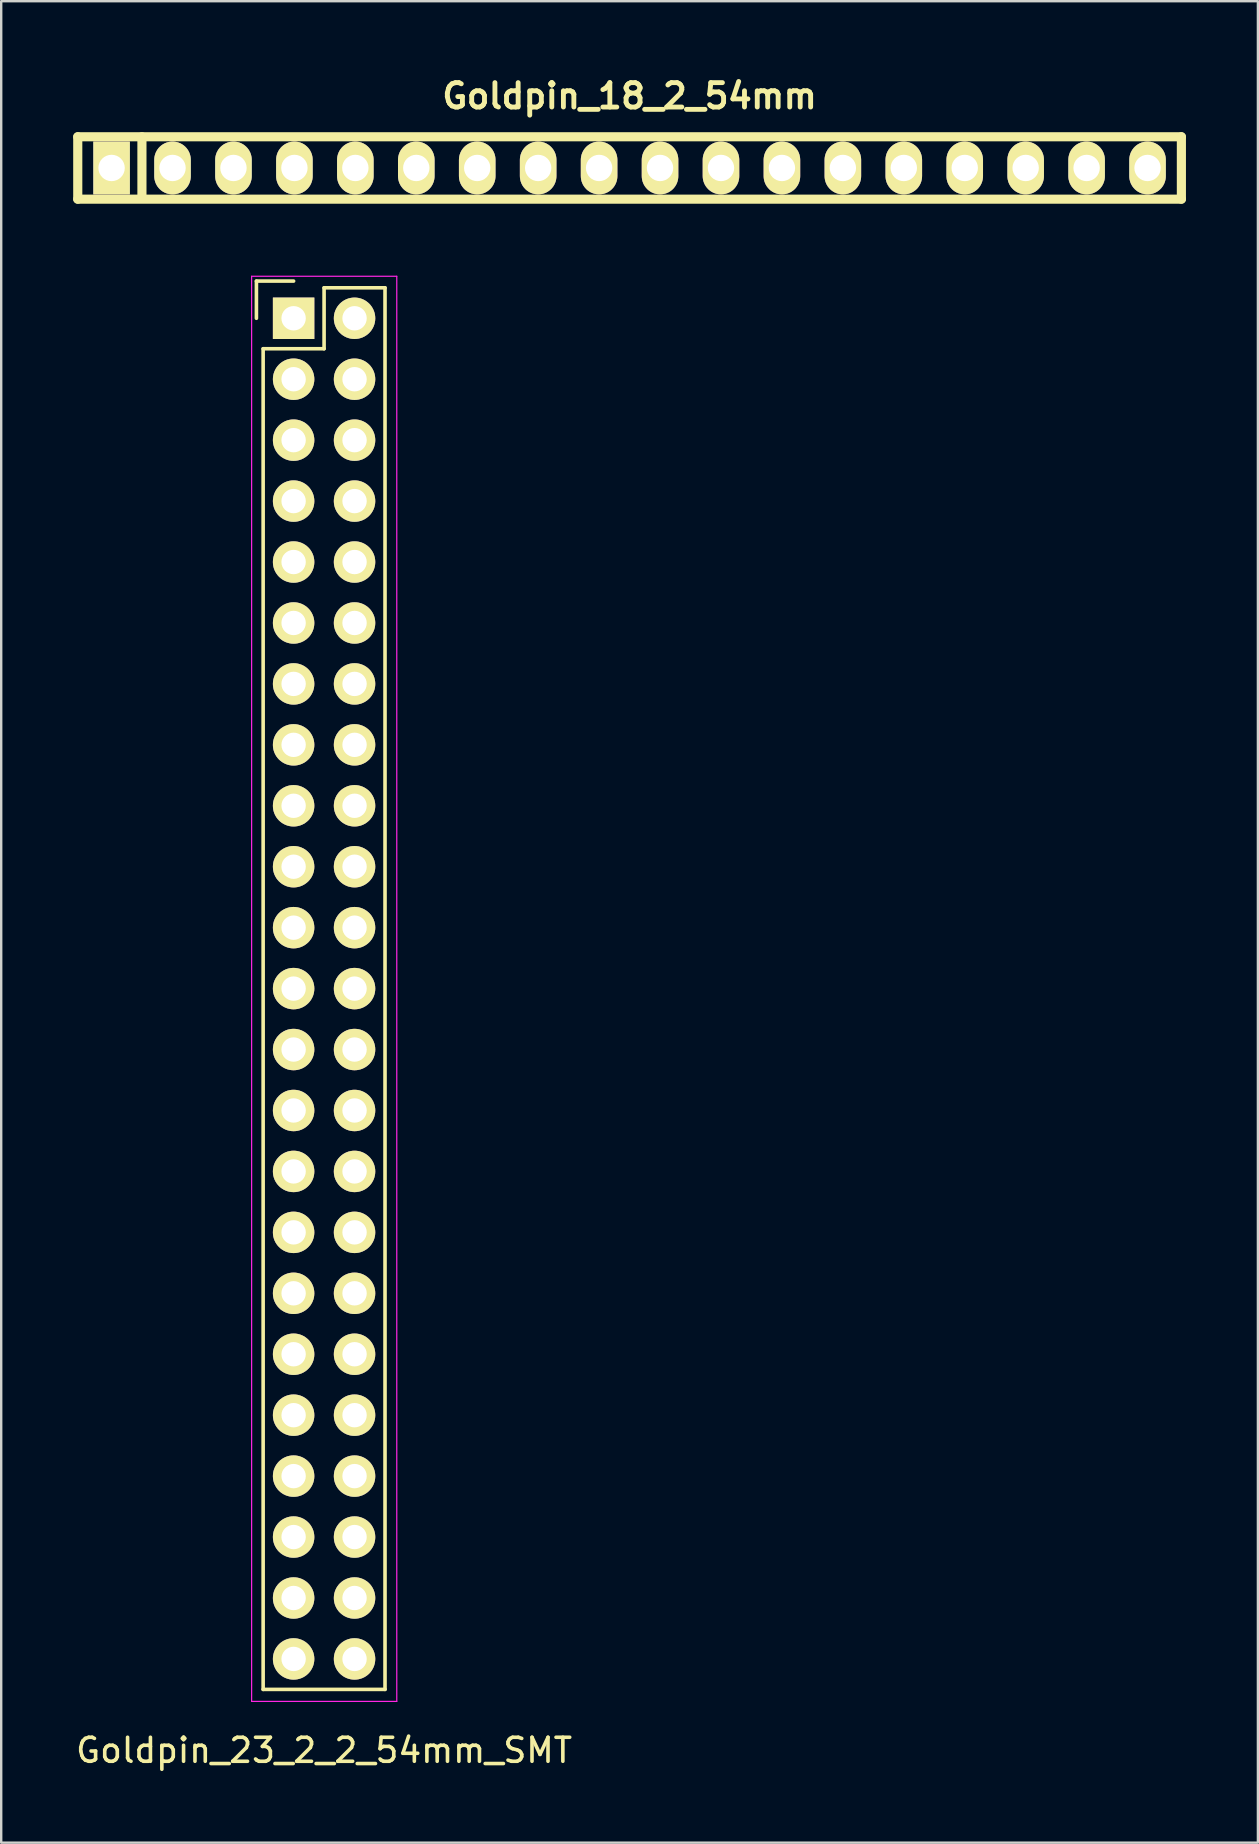
<source format=kicad_pcb>
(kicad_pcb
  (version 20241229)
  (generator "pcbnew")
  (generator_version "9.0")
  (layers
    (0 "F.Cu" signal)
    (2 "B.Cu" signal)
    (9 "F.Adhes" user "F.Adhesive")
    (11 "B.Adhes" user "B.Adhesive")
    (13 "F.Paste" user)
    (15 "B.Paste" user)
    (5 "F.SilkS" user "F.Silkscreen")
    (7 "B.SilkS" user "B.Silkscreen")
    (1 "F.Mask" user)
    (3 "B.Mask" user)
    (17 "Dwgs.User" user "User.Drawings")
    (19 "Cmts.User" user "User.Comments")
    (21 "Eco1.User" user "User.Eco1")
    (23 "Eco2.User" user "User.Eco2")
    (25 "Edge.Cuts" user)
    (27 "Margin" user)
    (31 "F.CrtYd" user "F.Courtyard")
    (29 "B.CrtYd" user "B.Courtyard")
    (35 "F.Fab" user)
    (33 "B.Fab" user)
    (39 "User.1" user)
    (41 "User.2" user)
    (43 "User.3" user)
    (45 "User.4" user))
  (footprint "Goldpin_18_2_54mm"
    (layer "F.Cu")
    (at 23.191 3.951)
    (property "Reference" "Goldpin_18_2_54mm" (at 0 -3 0) (layer "F.SilkS") (effects (font (size 1.016 1.016) (thickness 0.203))))
    (attr through_hole)
    (fp_line (start -23 -1.3) (end -23 1.3) (stroke (width 0.381) (type solid)) (layer "F.SilkS"))
    (fp_line (start -23 1.3) (end 23 1.3) (stroke (width 0.381) (type solid)) (layer "F.SilkS"))
    (fp_line (start -20.325 -1.3) (end -20.325 1.2) (stroke (width 0.381) (type solid)) (layer "F.SilkS"))
    (fp_line (start 23 -1.3) (end -23 -1.3) (stroke (width 0.381) (type solid)) (layer "F.SilkS"))
    (fp_line (start 23 1.3) (end 23 -1.3) (stroke (width 0.381) (type solid)) (layer "F.SilkS"))
    (pad "1" thru_hole rect (at -21.59 0) (size 1.524 2.2) (drill 1.1) (layers "*.Cu" "*.Mask" "F.SilkS"))
    (pad "2" thru_hole oval (at -19.05 0) (size 1.524 2.2) (drill 1.1) (layers "*.Cu" "*.Mask" "F.SilkS"))
    (pad "3" thru_hole oval (at -16.51 0) (size 1.524 2.2) (drill 1.1) (layers "*.Cu" "*.Mask" "F.SilkS"))
    (pad "4" thru_hole oval (at -13.97 0) (size 1.524 2.2) (drill 1.1) (layers "*.Cu" "*.Mask" "F.SilkS"))
    (pad "5" thru_hole oval (at -11.43 0) (size 1.524 2.2) (drill 1.1) (layers "*.Cu" "*.Mask" "F.SilkS"))
    (pad "6" thru_hole oval (at -8.89 0) (size 1.524 2.2) (drill 1.1) (layers "*.Cu" "*.Mask" "F.SilkS"))
    (pad "7" thru_hole oval (at -6.35 0) (size 1.524 2.2) (drill 1.1) (layers "*.Cu" "*.Mask" "F.SilkS"))
    (pad "8" thru_hole oval (at -3.81 0) (size 1.524 2.2) (drill 1.1) (layers "*.Cu" "*.Mask" "F.SilkS"))
    (pad "9" thru_hole oval (at -1.27 0) (size 1.524 2.2) (drill 1.1) (layers "*.Cu" "*.Mask" "F.SilkS"))
    (pad "10" thru_hole oval (at 1.27 0) (size 1.524 2.2) (drill 1.1) (layers "*.Cu" "*.Mask" "F.SilkS"))
    (pad "11" thru_hole oval (at 3.81 0) (size 1.524 2.2) (drill 1.1) (layers "*.Cu" "*.Mask" "F.SilkS"))
    (pad "12" thru_hole oval (at 6.35 0) (size 1.524 2.2) (drill 1.1) (layers "*.Cu" "*.Mask" "F.SilkS"))
    (pad "13" thru_hole oval (at 8.89 0) (size 1.524 2.2) (drill 1.1) (layers "*.Cu" "*.Mask" "F.SilkS"))
    (pad "14" thru_hole oval (at 11.43 0) (size 1.524 2.2) (drill 1.1) (layers "*.Cu" "*.Mask" "F.SilkS"))
    (pad "15" thru_hole oval (at 13.97 0) (size 1.524 2.2) (drill 1.1) (layers "*.Cu" "*.Mask" "F.SilkS"))
    (pad "16" thru_hole oval (at 16.51 0) (size 1.524 2.2) (drill 1.1) (layers "*.Cu" "*.Mask" "F.SilkS"))
    (pad "17" thru_hole oval (at 19.05 0) (size 1.524 2.2) (drill 1.1) (layers "*.Cu" "*.Mask" "F.SilkS"))
    (pad "18" thru_hole oval (at 21.59 0) (size 1.524 2.2) (drill 1.1) (layers "*.Cu" "*.Mask" "F.SilkS")))
  (footprint "Goldpin_23_2_2_54mm_SMT"
    (layer "F.Cu")
    (at 10.458 38.156)
    (property "Reference" "Goldpin_23_2_2_54mm_SMT" (at 0 31.75 0) (layer "F.SilkS") (effects (font (size 1 1) (thickness 0.15))))
    (attr through_hole)
    (fp_line (start -2.82 -29.49) (end -2.82 -27.94) (stroke (width 0.15) (type solid)) (layer "F.SilkS"))
    (fp_line (start -2.54 29.21) (end -2.54 -26.67) (stroke (width 0.15) (type solid)) (layer "F.SilkS"))
    (fp_line (start -1.27 -29.49) (end -2.82 -29.49) (stroke (width 0.15) (type solid)) (layer "F.SilkS"))
    (fp_line (start 0 -29.21) (end 0 -26.67) (stroke (width 0.15) (type solid)) (layer "F.SilkS"))
    (fp_line (start 0 -26.67) (end -2.54 -26.67) (stroke (width 0.15) (type solid)) (layer "F.SilkS"))
    (fp_line (start 2.54 -29.21) (end 0 -29.21) (stroke (width 0.15) (type solid)) (layer "F.SilkS"))
    (fp_line (start 2.54 29.21) (end -2.54 29.21) (stroke (width 0.15) (type solid)) (layer "F.SilkS"))
    (fp_line (start 2.54 29.21) (end 2.54 -29.21) (stroke (width 0.15) (type solid)) (layer "F.SilkS"))
    (fp_line (start -3.02 -29.69) (end -3.02 29.71) (stroke (width 0.05) (type solid)) (layer "F.CrtYd"))
    (fp_line (start -3.02 -29.69) (end 3.03 -29.69) (stroke (width 0.05) (type solid)) (layer "F.CrtYd"))
    (fp_line (start -3.02 29.71) (end 3.03 29.71) (stroke (width 0.05) (type solid)) (layer "F.CrtYd"))
    (fp_line (start 3.03 -29.69) (end 3.03 29.71) (stroke (width 0.05) (type solid)) (layer "F.CrtYd"))
    (pad "1" thru_hole rect (at -1.27 -27.94) (size 1.727 1.727) (drill 1.016) (layers "*.Cu" "*.Mask" "F.SilkS"))
    (pad "2" thru_hole oval (at 1.27 -27.94) (size 1.727 1.727) (drill 1.016) (layers "*.Cu" "*.Mask" "F.SilkS"))
    (pad "3" thru_hole oval (at -1.27 -25.4) (size 1.727 1.727) (drill 1.016) (layers "*.Cu" "*.Mask" "F.SilkS"))
    (pad "4" thru_hole oval (at 1.27 -25.4) (size 1.727 1.727) (drill 1.016) (layers "*.Cu" "*.Mask" "F.SilkS"))
    (pad "5" thru_hole oval (at -1.27 -22.86) (size 1.727 1.727) (drill 1.016) (layers "*.Cu" "*.Mask" "F.SilkS"))
    (pad "6" thru_hole oval (at 1.27 -22.86) (size 1.727 1.727) (drill 1.016) (layers "*.Cu" "*.Mask" "F.SilkS"))
    (pad "7" thru_hole oval (at -1.27 -20.32) (size 1.727 1.727) (drill 1.016) (layers "*.Cu" "*.Mask" "F.SilkS"))
    (pad "8" thru_hole oval (at 1.27 -20.32) (size 1.727 1.727) (drill 1.016) (layers "*.Cu" "*.Mask" "F.SilkS"))
    (pad "9" thru_hole oval (at -1.27 -17.78) (size 1.727 1.727) (drill 1.016) (layers "*.Cu" "*.Mask" "F.SilkS"))
    (pad "10" thru_hole oval (at 1.27 -17.78) (size 1.727 1.727) (drill 1.016) (layers "*.Cu" "*.Mask" "F.SilkS"))
    (pad "11" thru_hole oval (at -1.27 -15.24) (size 1.727 1.727) (drill 1.016) (layers "*.Cu" "*.Mask" "F.SilkS"))
    (pad "12" thru_hole oval (at 1.27 -15.24) (size 1.727 1.727) (drill 1.016) (layers "*.Cu" "*.Mask" "F.SilkS"))
    (pad "13" thru_hole oval (at -1.27 -12.7) (size 1.727 1.727) (drill 1.016) (layers "*.Cu" "*.Mask" "F.SilkS"))
    (pad "14" thru_hole oval (at 1.27 -12.7) (size 1.727 1.727) (drill 1.016) (layers "*.Cu" "*.Mask" "F.SilkS"))
    (pad "15" thru_hole oval (at -1.27 -10.16) (size 1.727 1.727) (drill 1.016) (layers "*.Cu" "*.Mask" "F.SilkS"))
    (pad "16" thru_hole oval (at 1.27 -10.16) (size 1.727 1.727) (drill 1.016) (layers "*.Cu" "*.Mask" "F.SilkS"))
    (pad "17" thru_hole oval (at -1.27 -7.62) (size 1.727 1.727) (drill 1.016) (layers "*.Cu" "*.Mask" "F.SilkS"))
    (pad "18" thru_hole oval (at 1.27 -7.62) (size 1.727 1.727) (drill 1.016) (layers "*.Cu" "*.Mask" "F.SilkS"))
    (pad "19" thru_hole oval (at -1.27 -5.08) (size 1.727 1.727) (drill 1.016) (layers "*.Cu" "*.Mask" "F.SilkS"))
    (pad "20" thru_hole oval (at 1.27 -5.08) (size 1.727 1.727) (drill 1.016) (layers "*.Cu" "*.Mask" "F.SilkS"))
    (pad "21" thru_hole oval (at -1.27 -2.54) (size 1.727 1.727) (drill 1.016) (layers "*.Cu" "*.Mask" "F.SilkS"))
    (pad "22" thru_hole oval (at 1.27 -2.54) (size 1.727 1.727) (drill 1.016) (layers "*.Cu" "*.Mask" "F.SilkS"))
    (pad "23" thru_hole oval (at -1.27 0) (size 1.727 1.727) (drill 1.016) (layers "*.Cu" "*.Mask" "F.SilkS"))
    (pad "24" thru_hole oval (at 1.27 0) (size 1.727 1.727) (drill 1.016) (layers "*.Cu" "*.Mask" "F.SilkS"))
    (pad "25" thru_hole oval (at -1.27 2.54) (size 1.727 1.727) (drill 1.016) (layers "*.Cu" "*.Mask" "F.SilkS"))
    (pad "26" thru_hole oval (at 1.27 2.54) (size 1.727 1.727) (drill 1.016) (layers "*.Cu" "*.Mask" "F.SilkS"))
    (pad "27" thru_hole oval (at -1.27 5.08) (size 1.727 1.727) (drill 1.016) (layers "*.Cu" "*.Mask" "F.SilkS"))
    (pad "28" thru_hole oval (at 1.27 5.08) (size 1.727 1.727) (drill 1.016) (layers "*.Cu" "*.Mask" "F.SilkS"))
    (pad "29" thru_hole oval (at -1.27 7.62) (size 1.727 1.727) (drill 1.016) (layers "*.Cu" "*.Mask" "F.SilkS"))
    (pad "30" thru_hole oval (at 1.27 7.62) (size 1.727 1.727) (drill 1.016) (layers "*.Cu" "*.Mask" "F.SilkS"))
    (pad "31" thru_hole oval (at -1.27 10.16) (size 1.727 1.727) (drill 1.016) (layers "*.Cu" "*.Mask" "F.SilkS"))
    (pad "32" thru_hole oval (at 1.27 10.16) (size 1.727 1.727) (drill 1.016) (layers "*.Cu" "*.Mask" "F.SilkS"))
    (pad "33" thru_hole oval (at -1.27 12.7) (size 1.727 1.727) (drill 1.016) (layers "*.Cu" "*.Mask" "F.SilkS"))
    (pad "34" thru_hole oval (at 1.27 12.7) (size 1.727 1.727) (drill 1.016) (layers "*.Cu" "*.Mask" "F.SilkS"))
    (pad "35" thru_hole oval (at -1.27 15.24) (size 1.727 1.727) (drill 1.016) (layers "*.Cu" "*.Mask" "F.SilkS"))
    (pad "36" thru_hole oval (at 1.27 15.24) (size 1.727 1.727) (drill 1.016) (layers "*.Cu" "*.Mask" "F.SilkS"))
    (pad "37" thru_hole oval (at -1.27 17.78) (size 1.727 1.727) (drill 1.016) (layers "*.Cu" "*.Mask" "F.SilkS"))
    (pad "38" thru_hole oval (at 1.27 17.78) (size 1.727 1.727) (drill 1.016) (layers "*.Cu" "*.Mask" "F.SilkS"))
    (pad "39" thru_hole oval (at -1.27 20.32) (size 1.727 1.727) (drill 1.016) (layers "*.Cu" "*.Mask" "F.SilkS"))
    (pad "40" thru_hole oval (at 1.27 20.32) (size 1.727 1.727) (drill 1.016) (layers "*.Cu" "*.Mask" "F.SilkS"))
    (pad "41" thru_hole oval (at -1.27 22.86) (size 1.727 1.727) (drill 1.016) (layers "*.Cu" "*.Mask" "F.SilkS"))
    (pad "42" thru_hole oval (at 1.27 22.86) (size 1.727 1.727) (drill 1.016) (layers "*.Cu" "*.Mask" "F.SilkS"))
    (pad "43" thru_hole oval (at -1.27 25.4) (size 1.727 1.727) (drill 1.016) (layers "*.Cu" "*.Mask" "F.SilkS"))
    (pad "44" thru_hole oval (at 1.27 25.4) (size 1.727 1.727) (drill 1.016) (layers "*.Cu" "*.Mask" "F.SilkS"))
    (pad "45" thru_hole oval (at -1.27 27.94) (size 1.727 1.727) (drill 1.016) (layers "*.Cu" "*.Mask" "F.SilkS"))
    (pad "46" thru_hole oval (at 1.27 27.94) (size 1.727 1.727) (drill 1.016) (layers "*.Cu" "*.Mask" "F.SilkS")))
  (gr_rect
    (start -3 -3)
    (end 49.381 73.755)
    (stroke (width 0.1) (type default))
    (fill no)
    (layer "Edge.Cuts")))
</source>
